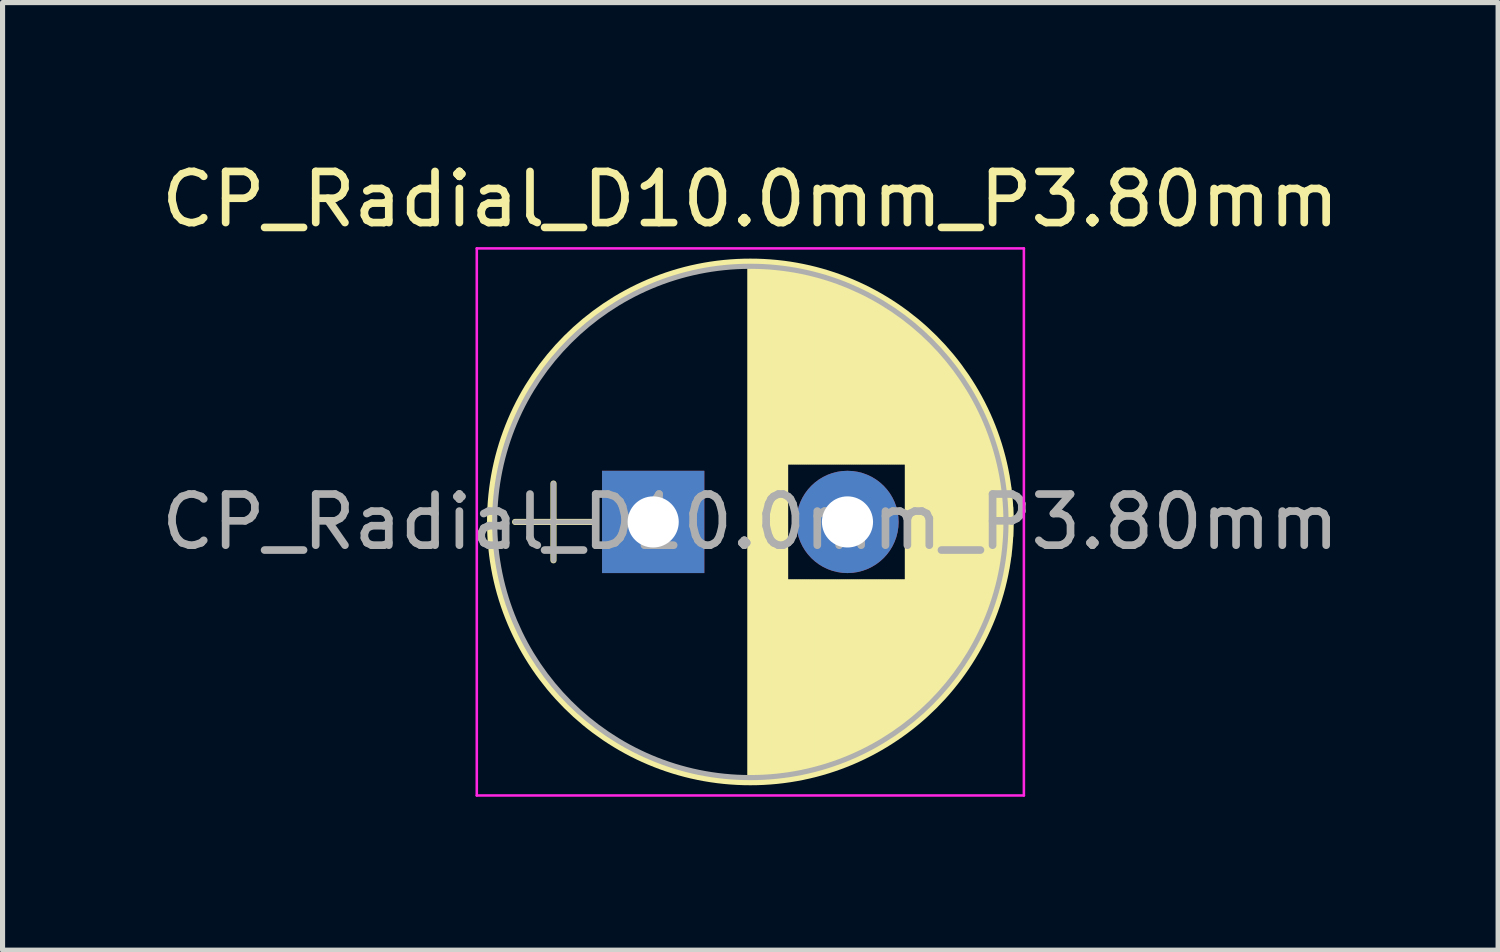
<source format=kicad_pcb>
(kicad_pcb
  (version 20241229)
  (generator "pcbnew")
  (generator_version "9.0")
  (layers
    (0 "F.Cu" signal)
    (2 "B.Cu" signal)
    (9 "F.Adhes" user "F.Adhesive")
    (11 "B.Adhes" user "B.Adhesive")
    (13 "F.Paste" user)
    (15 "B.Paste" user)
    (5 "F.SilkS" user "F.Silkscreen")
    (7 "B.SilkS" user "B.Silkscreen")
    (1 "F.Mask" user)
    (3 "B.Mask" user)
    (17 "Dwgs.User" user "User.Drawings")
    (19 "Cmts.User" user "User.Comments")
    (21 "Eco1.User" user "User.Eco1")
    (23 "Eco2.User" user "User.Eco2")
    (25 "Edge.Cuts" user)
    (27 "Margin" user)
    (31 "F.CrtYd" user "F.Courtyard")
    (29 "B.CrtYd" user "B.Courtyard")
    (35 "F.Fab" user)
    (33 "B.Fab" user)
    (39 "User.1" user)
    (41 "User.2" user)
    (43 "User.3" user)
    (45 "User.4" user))
  (footprint "CP_Radial_D10.0mm_P3.80mm"
    (layer "F.Cu")
    (at 9.725 7.158)
    (property "Reference" "CP_Radial_D10.0mm_P3.80mm" (at 1.9 -6.31 0) (layer "F.SilkS") (effects (font (size 1 1) (thickness 0.15))))
    (attr through_hole)
    (fp_line (start -2.7 0) (end -1.2 0) (stroke (width 0.12) (type solid)) (layer "F.SilkS"))
    (fp_line (start -1.95 -0.75) (end -1.95 0.75) (stroke (width 0.12) (type solid)) (layer "F.SilkS"))
    (fp_line (start 1.9 -5.05) (end 1.9 5.05) (stroke (width 0.12) (type solid)) (layer "F.SilkS"))
    (fp_line (start 1.94 -5.05) (end 1.94 5.05) (stroke (width 0.12) (type solid)) (layer "F.SilkS"))
    (fp_line (start 1.98 -5.05) (end 1.98 5.05) (stroke (width 0.12) (type solid)) (layer "F.SilkS"))
    (fp_line (start 2.02 -5.049) (end 2.02 5.049) (stroke (width 0.12) (type solid)) (layer "F.SilkS"))
    (fp_line (start 2.06 -5.048) (end 2.06 5.048) (stroke (width 0.12) (type solid)) (layer "F.SilkS"))
    (fp_line (start 2.1 -5.047) (end 2.1 5.047) (stroke (width 0.12) (type solid)) (layer "F.SilkS"))
    (fp_line (start 2.14 -5.045) (end 2.14 5.045) (stroke (width 0.12) (type solid)) (layer "F.SilkS"))
    (fp_line (start 2.18 -5.043) (end 2.18 5.043) (stroke (width 0.12) (type solid)) (layer "F.SilkS"))
    (fp_line (start 2.22 -5.04) (end 2.22 5.04) (stroke (width 0.12) (type solid)) (layer "F.SilkS"))
    (fp_line (start 2.26 -5.038) (end 2.26 5.038) (stroke (width 0.12) (type solid)) (layer "F.SilkS"))
    (fp_line (start 2.3 -5.035) (end 2.3 5.035) (stroke (width 0.12) (type solid)) (layer "F.SilkS"))
    (fp_line (start 2.34 -5.031) (end 2.34 5.031) (stroke (width 0.12) (type solid)) (layer "F.SilkS"))
    (fp_line (start 2.38 -5.028) (end 2.38 5.028) (stroke (width 0.12) (type solid)) (layer "F.SilkS"))
    (fp_line (start 2.42 -5.024) (end 2.42 5.024) (stroke (width 0.12) (type solid)) (layer "F.SilkS"))
    (fp_line (start 2.46 -5.02) (end 2.46 5.02) (stroke (width 0.12) (type solid)) (layer "F.SilkS"))
    (fp_line (start 2.5 -5.015) (end 2.5 5.015) (stroke (width 0.12) (type solid)) (layer "F.SilkS"))
    (fp_line (start 2.54 -5.01) (end 2.54 5.01) (stroke (width 0.12) (type solid)) (layer "F.SilkS"))
    (fp_line (start 2.58 -5.005) (end 2.58 5.005) (stroke (width 0.12) (type solid)) (layer "F.SilkS"))
    (fp_line (start 2.621 -4.999) (end 2.621 -1.181) (stroke (width 0.12) (type solid)) (layer "F.SilkS"))
    (fp_line (start 2.621 1.181) (end 2.621 4.999) (stroke (width 0.12) (type solid)) (layer "F.SilkS"))
    (fp_line (start 2.661 -4.993) (end 2.661 -1.181) (stroke (width 0.12) (type solid)) (layer "F.SilkS"))
    (fp_line (start 2.661 1.181) (end 2.661 4.993) (stroke (width 0.12) (type solid)) (layer "F.SilkS"))
    (fp_line (start 2.701 -4.987) (end 2.701 -1.181) (stroke (width 0.12) (type solid)) (layer "F.SilkS"))
    (fp_line (start 2.701 1.181) (end 2.701 4.987) (stroke (width 0.12) (type solid)) (layer "F.SilkS"))
    (fp_line (start 2.741 -4.981) (end 2.741 -1.181) (stroke (width 0.12) (type solid)) (layer "F.SilkS"))
    (fp_line (start 2.741 1.181) (end 2.741 4.981) (stroke (width 0.12) (type solid)) (layer "F.SilkS"))
    (fp_line (start 2.781 -4.974) (end 2.781 -1.181) (stroke (width 0.12) (type solid)) (layer "F.SilkS"))
    (fp_line (start 2.781 1.181) (end 2.781 4.974) (stroke (width 0.12) (type solid)) (layer "F.SilkS"))
    (fp_line (start 2.821 -4.967) (end 2.821 -1.181) (stroke (width 0.12) (type solid)) (layer "F.SilkS"))
    (fp_line (start 2.821 1.181) (end 2.821 4.967) (stroke (width 0.12) (type solid)) (layer "F.SilkS"))
    (fp_line (start 2.861 -4.959) (end 2.861 -1.181) (stroke (width 0.12) (type solid)) (layer "F.SilkS"))
    (fp_line (start 2.861 1.181) (end 2.861 4.959) (stroke (width 0.12) (type solid)) (layer "F.SilkS"))
    (fp_line (start 2.901 -4.951) (end 2.901 -1.181) (stroke (width 0.12) (type solid)) (layer "F.SilkS"))
    (fp_line (start 2.901 1.181) (end 2.901 4.951) (stroke (width 0.12) (type solid)) (layer "F.SilkS"))
    (fp_line (start 2.941 -4.943) (end 2.941 -1.181) (stroke (width 0.12) (type solid)) (layer "F.SilkS"))
    (fp_line (start 2.941 1.181) (end 2.941 4.943) (stroke (width 0.12) (type solid)) (layer "F.SilkS"))
    (fp_line (start 2.981 -4.935) (end 2.981 -1.181) (stroke (width 0.12) (type solid)) (layer "F.SilkS"))
    (fp_line (start 2.981 1.181) (end 2.981 4.935) (stroke (width 0.12) (type solid)) (layer "F.SilkS"))
    (fp_line (start 3.021 -4.926) (end 3.021 -1.181) (stroke (width 0.12) (type solid)) (layer "F.SilkS"))
    (fp_line (start 3.021 1.181) (end 3.021 4.926) (stroke (width 0.12) (type solid)) (layer "F.SilkS"))
    (fp_line (start 3.061 -4.917) (end 3.061 -1.181) (stroke (width 0.12) (type solid)) (layer "F.SilkS"))
    (fp_line (start 3.061 1.181) (end 3.061 4.917) (stroke (width 0.12) (type solid)) (layer "F.SilkS"))
    (fp_line (start 3.101 -4.907) (end 3.101 -1.181) (stroke (width 0.12) (type solid)) (layer "F.SilkS"))
    (fp_line (start 3.101 1.181) (end 3.101 4.907) (stroke (width 0.12) (type solid)) (layer "F.SilkS"))
    (fp_line (start 3.141 -4.897) (end 3.141 -1.181) (stroke (width 0.12) (type solid)) (layer "F.SilkS"))
    (fp_line (start 3.141 1.181) (end 3.141 4.897) (stroke (width 0.12) (type solid)) (layer "F.SilkS"))
    (fp_line (start 3.181 -4.887) (end 3.181 -1.181) (stroke (width 0.12) (type solid)) (layer "F.SilkS"))
    (fp_line (start 3.181 1.181) (end 3.181 4.887) (stroke (width 0.12) (type solid)) (layer "F.SilkS"))
    (fp_line (start 3.221 -4.876) (end 3.221 -1.181) (stroke (width 0.12) (type solid)) (layer "F.SilkS"))
    (fp_line (start 3.221 1.181) (end 3.221 4.876) (stroke (width 0.12) (type solid)) (layer "F.SilkS"))
    (fp_line (start 3.261 -4.865) (end 3.261 -1.181) (stroke (width 0.12) (type solid)) (layer "F.SilkS"))
    (fp_line (start 3.261 1.181) (end 3.261 4.865) (stroke (width 0.12) (type solid)) (layer "F.SilkS"))
    (fp_line (start 3.301 -4.854) (end 3.301 -1.181) (stroke (width 0.12) (type solid)) (layer "F.SilkS"))
    (fp_line (start 3.301 1.181) (end 3.301 4.854) (stroke (width 0.12) (type solid)) (layer "F.SilkS"))
    (fp_line (start 3.341 -4.843) (end 3.341 -1.181) (stroke (width 0.12) (type solid)) (layer "F.SilkS"))
    (fp_line (start 3.341 1.181) (end 3.341 4.843) (stroke (width 0.12) (type solid)) (layer "F.SilkS"))
    (fp_line (start 3.381 -4.831) (end 3.381 -1.181) (stroke (width 0.12) (type solid)) (layer "F.SilkS"))
    (fp_line (start 3.381 1.181) (end 3.381 4.831) (stroke (width 0.12) (type solid)) (layer "F.SilkS"))
    (fp_line (start 3.421 -4.818) (end 3.421 -1.181) (stroke (width 0.12) (type solid)) (layer "F.SilkS"))
    (fp_line (start 3.421 1.181) (end 3.421 4.818) (stroke (width 0.12) (type solid)) (layer "F.SilkS"))
    (fp_line (start 3.461 -4.806) (end 3.461 -1.181) (stroke (width 0.12) (type solid)) (layer "F.SilkS"))
    (fp_line (start 3.461 1.181) (end 3.461 4.806) (stroke (width 0.12) (type solid)) (layer "F.SilkS"))
    (fp_line (start 3.501 -4.792) (end 3.501 -1.181) (stroke (width 0.12) (type solid)) (layer "F.SilkS"))
    (fp_line (start 3.501 1.181) (end 3.501 4.792) (stroke (width 0.12) (type solid)) (layer "F.SilkS"))
    (fp_line (start 3.541 -4.779) (end 3.541 -1.181) (stroke (width 0.12) (type solid)) (layer "F.SilkS"))
    (fp_line (start 3.541 1.181) (end 3.541 4.779) (stroke (width 0.12) (type solid)) (layer "F.SilkS"))
    (fp_line (start 3.581 -4.765) (end 3.581 -1.181) (stroke (width 0.12) (type solid)) (layer "F.SilkS"))
    (fp_line (start 3.581 1.181) (end 3.581 4.765) (stroke (width 0.12) (type solid)) (layer "F.SilkS"))
    (fp_line (start 3.621 -4.751) (end 3.621 -1.181) (stroke (width 0.12) (type solid)) (layer "F.SilkS"))
    (fp_line (start 3.621 1.181) (end 3.621 4.751) (stroke (width 0.12) (type solid)) (layer "F.SilkS"))
    (fp_line (start 3.661 -4.737) (end 3.661 -1.181) (stroke (width 0.12) (type solid)) (layer "F.SilkS"))
    (fp_line (start 3.661 1.181) (end 3.661 4.737) (stroke (width 0.12) (type solid)) (layer "F.SilkS"))
    (fp_line (start 3.701 -4.722) (end 3.701 -1.181) (stroke (width 0.12) (type solid)) (layer "F.SilkS"))
    (fp_line (start 3.701 1.181) (end 3.701 4.722) (stroke (width 0.12) (type solid)) (layer "F.SilkS"))
    (fp_line (start 3.741 -4.706) (end 3.741 -1.181) (stroke (width 0.12) (type solid)) (layer "F.SilkS"))
    (fp_line (start 3.741 1.181) (end 3.741 4.706) (stroke (width 0.12) (type solid)) (layer "F.SilkS"))
    (fp_line (start 3.781 -4.691) (end 3.781 -1.181) (stroke (width 0.12) (type solid)) (layer "F.SilkS"))
    (fp_line (start 3.781 1.181) (end 3.781 4.691) (stroke (width 0.12) (type solid)) (layer "F.SilkS"))
    (fp_line (start 3.821 -4.674) (end 3.821 -1.181) (stroke (width 0.12) (type solid)) (layer "F.SilkS"))
    (fp_line (start 3.821 1.181) (end 3.821 4.674) (stroke (width 0.12) (type solid)) (layer "F.SilkS"))
    (fp_line (start 3.861 -4.658) (end 3.861 -1.181) (stroke (width 0.12) (type solid)) (layer "F.SilkS"))
    (fp_line (start 3.861 1.181) (end 3.861 4.658) (stroke (width 0.12) (type solid)) (layer "F.SilkS"))
    (fp_line (start 3.901 -4.641) (end 3.901 -1.181) (stroke (width 0.12) (type solid)) (layer "F.SilkS"))
    (fp_line (start 3.901 1.181) (end 3.901 4.641) (stroke (width 0.12) (type solid)) (layer "F.SilkS"))
    (fp_line (start 3.941 -4.624) (end 3.941 -1.181) (stroke (width 0.12) (type solid)) (layer "F.SilkS"))
    (fp_line (start 3.941 1.181) (end 3.941 4.624) (stroke (width 0.12) (type solid)) (layer "F.SilkS"))
    (fp_line (start 3.981 -4.606) (end 3.981 -1.181) (stroke (width 0.12) (type solid)) (layer "F.SilkS"))
    (fp_line (start 3.981 1.181) (end 3.981 4.606) (stroke (width 0.12) (type solid)) (layer "F.SilkS"))
    (fp_line (start 4.021 -4.588) (end 4.021 -1.181) (stroke (width 0.12) (type solid)) (layer "F.SilkS"))
    (fp_line (start 4.021 1.181) (end 4.021 4.588) (stroke (width 0.12) (type solid)) (layer "F.SilkS"))
    (fp_line (start 4.061 -4.569) (end 4.061 -1.181) (stroke (width 0.12) (type solid)) (layer "F.SilkS"))
    (fp_line (start 4.061 1.181) (end 4.061 4.569) (stroke (width 0.12) (type solid)) (layer "F.SilkS"))
    (fp_line (start 4.101 -4.55) (end 4.101 -1.181) (stroke (width 0.12) (type solid)) (layer "F.SilkS"))
    (fp_line (start 4.101 1.181) (end 4.101 4.55) (stroke (width 0.12) (type solid)) (layer "F.SilkS"))
    (fp_line (start 4.141 -4.531) (end 4.141 -1.181) (stroke (width 0.12) (type solid)) (layer "F.SilkS"))
    (fp_line (start 4.141 1.181) (end 4.141 4.531) (stroke (width 0.12) (type solid)) (layer "F.SilkS"))
    (fp_line (start 4.181 -4.511) (end 4.181 -1.181) (stroke (width 0.12) (type solid)) (layer "F.SilkS"))
    (fp_line (start 4.181 1.181) (end 4.181 4.511) (stroke (width 0.12) (type solid)) (layer "F.SilkS"))
    (fp_line (start 4.221 -4.491) (end 4.221 -1.181) (stroke (width 0.12) (type solid)) (layer "F.SilkS"))
    (fp_line (start 4.221 1.181) (end 4.221 4.491) (stroke (width 0.12) (type solid)) (layer "F.SilkS"))
    (fp_line (start 4.261 -4.47) (end 4.261 -1.181) (stroke (width 0.12) (type solid)) (layer "F.SilkS"))
    (fp_line (start 4.261 1.181) (end 4.261 4.47) (stroke (width 0.12) (type solid)) (layer "F.SilkS"))
    (fp_line (start 4.301 -4.449) (end 4.301 -1.181) (stroke (width 0.12) (type solid)) (layer "F.SilkS"))
    (fp_line (start 4.301 1.181) (end 4.301 4.449) (stroke (width 0.12) (type solid)) (layer "F.SilkS"))
    (fp_line (start 4.341 -4.428) (end 4.341 -1.181) (stroke (width 0.12) (type solid)) (layer "F.SilkS"))
    (fp_line (start 4.341 1.181) (end 4.341 4.428) (stroke (width 0.12) (type solid)) (layer "F.SilkS"))
    (fp_line (start 4.381 -4.405) (end 4.381 -1.181) (stroke (width 0.12) (type solid)) (layer "F.SilkS"))
    (fp_line (start 4.381 1.181) (end 4.381 4.405) (stroke (width 0.12) (type solid)) (layer "F.SilkS"))
    (fp_line (start 4.421 -4.383) (end 4.421 -1.181) (stroke (width 0.12) (type solid)) (layer "F.SilkS"))
    (fp_line (start 4.421 1.181) (end 4.421 4.383) (stroke (width 0.12) (type solid)) (layer "F.SilkS"))
    (fp_line (start 4.461 -4.36) (end 4.461 -1.181) (stroke (width 0.12) (type solid)) (layer "F.SilkS"))
    (fp_line (start 4.461 1.181) (end 4.461 4.36) (stroke (width 0.12) (type solid)) (layer "F.SilkS"))
    (fp_line (start 4.501 -4.336) (end 4.501 -1.181) (stroke (width 0.12) (type solid)) (layer "F.SilkS"))
    (fp_line (start 4.501 1.181) (end 4.501 4.336) (stroke (width 0.12) (type solid)) (layer "F.SilkS"))
    (fp_line (start 4.541 -4.312) (end 4.541 -1.181) (stroke (width 0.12) (type solid)) (layer "F.SilkS"))
    (fp_line (start 4.541 1.181) (end 4.541 4.312) (stroke (width 0.12) (type solid)) (layer "F.SilkS"))
    (fp_line (start 4.581 -4.288) (end 4.581 -1.181) (stroke (width 0.12) (type solid)) (layer "F.SilkS"))
    (fp_line (start 4.581 1.181) (end 4.581 4.288) (stroke (width 0.12) (type solid)) (layer "F.SilkS"))
    (fp_line (start 4.621 -4.263) (end 4.621 -1.181) (stroke (width 0.12) (type solid)) (layer "F.SilkS"))
    (fp_line (start 4.621 1.181) (end 4.621 4.263) (stroke (width 0.12) (type solid)) (layer "F.SilkS"))
    (fp_line (start 4.661 -4.237) (end 4.661 -1.181) (stroke (width 0.12) (type solid)) (layer "F.SilkS"))
    (fp_line (start 4.661 1.181) (end 4.661 4.237) (stroke (width 0.12) (type solid)) (layer "F.SilkS"))
    (fp_line (start 4.701 -4.211) (end 4.701 -1.181) (stroke (width 0.12) (type solid)) (layer "F.SilkS"))
    (fp_line (start 4.701 1.181) (end 4.701 4.211) (stroke (width 0.12) (type solid)) (layer "F.SilkS"))
    (fp_line (start 4.741 -4.185) (end 4.741 -1.181) (stroke (width 0.12) (type solid)) (layer "F.SilkS"))
    (fp_line (start 4.741 1.181) (end 4.741 4.185) (stroke (width 0.12) (type solid)) (layer "F.SilkS"))
    (fp_line (start 4.781 -4.157) (end 4.781 -1.181) (stroke (width 0.12) (type solid)) (layer "F.SilkS"))
    (fp_line (start 4.781 1.181) (end 4.781 4.157) (stroke (width 0.12) (type solid)) (layer "F.SilkS"))
    (fp_line (start 4.821 -4.13) (end 4.821 -1.181) (stroke (width 0.12) (type solid)) (layer "F.SilkS"))
    (fp_line (start 4.821 1.181) (end 4.821 4.13) (stroke (width 0.12) (type solid)) (layer "F.SilkS"))
    (fp_line (start 4.861 -4.101) (end 4.861 -1.181) (stroke (width 0.12) (type solid)) (layer "F.SilkS"))
    (fp_line (start 4.861 1.181) (end 4.861 4.101) (stroke (width 0.12) (type solid)) (layer "F.SilkS"))
    (fp_line (start 4.901 -4.072) (end 4.901 -1.181) (stroke (width 0.12) (type solid)) (layer "F.SilkS"))
    (fp_line (start 4.901 1.181) (end 4.901 4.072) (stroke (width 0.12) (type solid)) (layer "F.SilkS"))
    (fp_line (start 4.941 -4.043) (end 4.941 -1.181) (stroke (width 0.12) (type solid)) (layer "F.SilkS"))
    (fp_line (start 4.941 1.181) (end 4.941 4.043) (stroke (width 0.12) (type solid)) (layer "F.SilkS"))
    (fp_line (start 4.981 -4.013) (end 4.981 4.013) (stroke (width 0.12) (type solid)) (layer "F.SilkS"))
    (fp_line (start 5.021 -3.982) (end 5.021 3.982) (stroke (width 0.12) (type solid)) (layer "F.SilkS"))
    (fp_line (start 5.061 -3.951) (end 5.061 3.951) (stroke (width 0.12) (type solid)) (layer "F.SilkS"))
    (fp_line (start 5.101 -3.919) (end 5.101 3.919) (stroke (width 0.12) (type solid)) (layer "F.SilkS"))
    (fp_line (start 5.141 -3.886) (end 5.141 3.886) (stroke (width 0.12) (type solid)) (layer "F.SilkS"))
    (fp_line (start 5.181 -3.853) (end 5.181 3.853) (stroke (width 0.12) (type solid)) (layer "F.SilkS"))
    (fp_line (start 5.221 -3.819) (end 5.221 3.819) (stroke (width 0.12) (type solid)) (layer "F.SilkS"))
    (fp_line (start 5.261 -3.784) (end 5.261 3.784) (stroke (width 0.12) (type solid)) (layer "F.SilkS"))
    (fp_line (start 5.301 -3.748) (end 5.301 3.748) (stroke (width 0.12) (type solid)) (layer "F.SilkS"))
    (fp_line (start 5.341 -3.712) (end 5.341 3.712) (stroke (width 0.12) (type solid)) (layer "F.SilkS"))
    (fp_line (start 5.381 -3.675) (end 5.381 3.675) (stroke (width 0.12) (type solid)) (layer "F.SilkS"))
    (fp_line (start 5.421 -3.637) (end 5.421 3.637) (stroke (width 0.12) (type solid)) (layer "F.SilkS"))
    (fp_line (start 5.461 -3.598) (end 5.461 3.598) (stroke (width 0.12) (type solid)) (layer "F.SilkS"))
    (fp_line (start 5.501 -3.559) (end 5.501 3.559) (stroke (width 0.12) (type solid)) (layer "F.SilkS"))
    (fp_line (start 5.541 -3.518) (end 5.541 3.518) (stroke (width 0.12) (type solid)) (layer "F.SilkS"))
    (fp_line (start 5.581 -3.477) (end 5.581 3.477) (stroke (width 0.12) (type solid)) (layer "F.SilkS"))
    (fp_line (start 5.621 -3.435) (end 5.621 3.435) (stroke (width 0.12) (type solid)) (layer "F.SilkS"))
    (fp_line (start 5.661 -3.391) (end 5.661 3.391) (stroke (width 0.12) (type solid)) (layer "F.SilkS"))
    (fp_line (start 5.701 -3.347) (end 5.701 3.347) (stroke (width 0.12) (type solid)) (layer "F.SilkS"))
    (fp_line (start 5.741 -3.302) (end 5.741 3.302) (stroke (width 0.12) (type solid)) (layer "F.SilkS"))
    (fp_line (start 5.781 -3.255) (end 5.781 3.255) (stroke (width 0.12) (type solid)) (layer "F.SilkS"))
    (fp_line (start 5.821 -3.207) (end 5.821 3.207) (stroke (width 0.12) (type solid)) (layer "F.SilkS"))
    (fp_line (start 5.861 -3.158) (end 5.861 3.158) (stroke (width 0.12) (type solid)) (layer "F.SilkS"))
    (fp_line (start 5.901 -3.108) (end 5.901 3.108) (stroke (width 0.12) (type solid)) (layer "F.SilkS"))
    (fp_line (start 5.941 -3.057) (end 5.941 3.057) (stroke (width 0.12) (type solid)) (layer "F.SilkS"))
    (fp_line (start 5.981 -3.004) (end 5.981 3.004) (stroke (width 0.12) (type solid)) (layer "F.SilkS"))
    (fp_line (start 6.021 -2.949) (end 6.021 2.949) (stroke (width 0.12) (type solid)) (layer "F.SilkS"))
    (fp_line (start 6.061 -2.894) (end 6.061 2.894) (stroke (width 0.12) (type solid)) (layer "F.SilkS"))
    (fp_line (start 6.101 -2.836) (end 6.101 2.836) (stroke (width 0.12) (type solid)) (layer "F.SilkS"))
    (fp_line (start 6.141 -2.777) (end 6.141 2.777) (stroke (width 0.12) (type solid)) (layer "F.SilkS"))
    (fp_line (start 6.181 -2.715) (end 6.181 2.715) (stroke (width 0.12) (type solid)) (layer "F.SilkS"))
    (fp_line (start 6.221 -2.652) (end 6.221 2.652) (stroke (width 0.12) (type solid)) (layer "F.SilkS"))
    (fp_line (start 6.261 -2.587) (end 6.261 2.587) (stroke (width 0.12) (type solid)) (layer "F.SilkS"))
    (fp_line (start 6.301 -2.519) (end 6.301 2.519) (stroke (width 0.12) (type solid)) (layer "F.SilkS"))
    (fp_line (start 6.341 -2.449) (end 6.341 2.449) (stroke (width 0.12) (type solid)) (layer "F.SilkS"))
    (fp_line (start 6.381 -2.377) (end 6.381 2.377) (stroke (width 0.12) (type solid)) (layer "F.SilkS"))
    (fp_line (start 6.421 -2.301) (end 6.421 2.301) (stroke (width 0.12) (type solid)) (layer "F.SilkS"))
    (fp_line (start 6.461 -2.222) (end 6.461 2.222) (stroke (width 0.12) (type solid)) (layer "F.SilkS"))
    (fp_line (start 6.501 -2.14) (end 6.501 2.14) (stroke (width 0.12) (type solid)) (layer "F.SilkS"))
    (fp_line (start 6.541 -2.053) (end 6.541 2.053) (stroke (width 0.12) (type solid)) (layer "F.SilkS"))
    (fp_line (start 6.581 -1.962) (end 6.581 1.962) (stroke (width 0.12) (type solid)) (layer "F.SilkS"))
    (fp_line (start 6.621 -1.866) (end 6.621 1.866) (stroke (width 0.12) (type solid)) (layer "F.SilkS"))
    (fp_line (start 6.661 -1.763) (end 6.661 1.763) (stroke (width 0.12) (type solid)) (layer "F.SilkS"))
    (fp_line (start 6.701 -1.654) (end 6.701 1.654) (stroke (width 0.12) (type solid)) (layer "F.SilkS"))
    (fp_line (start 6.741 -1.536) (end 6.741 1.536) (stroke (width 0.12) (type solid)) (layer "F.SilkS"))
    (fp_line (start 6.781 -1.407) (end 6.781 1.407) (stroke (width 0.12) (type solid)) (layer "F.SilkS"))
    (fp_line (start 6.821 -1.265) (end 6.821 1.265) (stroke (width 0.12) (type solid)) (layer "F.SilkS"))
    (fp_line (start 6.861 -1.104) (end 6.861 1.104) (stroke (width 0.12) (type solid)) (layer "F.SilkS"))
    (fp_line (start 6.901 -0.913) (end 6.901 0.913) (stroke (width 0.12) (type solid)) (layer "F.SilkS"))
    (fp_line (start 6.941 -0.672) (end 6.941 0.672) (stroke (width 0.12) (type solid)) (layer "F.SilkS"))
    (fp_line (start 6.981 -0.279) (end 6.981 0.279) (stroke (width 0.12) (type solid)) (layer "F.SilkS"))
    (fp_circle (center 1.9 0) (end 6.99 0) (stroke (width 0.12) (type solid)) (fill no) (layer "F.SilkS"))
    (fp_line (start -3.45 -5.35) (end -3.45 5.35) (stroke (width 0.05) (type solid)) (layer "F.CrtYd"))
    (fp_line (start -3.45 5.35) (end 7.25 5.35) (stroke (width 0.05) (type solid)) (layer "F.CrtYd"))
    (fp_line (start 7.25 -5.35) (end -3.45 -5.35) (stroke (width 0.05) (type solid)) (layer "F.CrtYd"))
    (fp_line (start 7.25 5.35) (end 7.25 -5.35) (stroke (width 0.05) (type solid)) (layer "F.CrtYd"))
    (fp_line (start -2.7 0) (end -1.2 0) (stroke (width 0.1) (type solid)) (layer "F.Fab"))
    (fp_line (start -1.95 -0.75) (end -1.95 0.75) (stroke (width 0.1) (type solid)) (layer "F.Fab"))
    (fp_circle (center 1.9 0) (end 6.9 0) (stroke (width 0.1) (type solid)) (fill no) (layer "F.Fab"))
    (fp_text user "${REFERENCE}" (at 1.9 0 0) (layer "F.Fab") (effects (font (size 1 1) (thickness 0.15))))
    (pad "1" thru_hole rect (at 0 0) (size 2 2) (drill 1) (layers "*.Cu" "*.Mask"))
    (pad "2" thru_hole circle (at 3.8 0) (size 2 2) (drill 1) (layers "*.Cu" "*.Mask")))
  (gr_rect
    (start -3 -3)
    (end 26.25 15.533)
    (stroke (width 0.1) (type default))
    (fill no)
    (layer "Edge.Cuts")))
</source>
